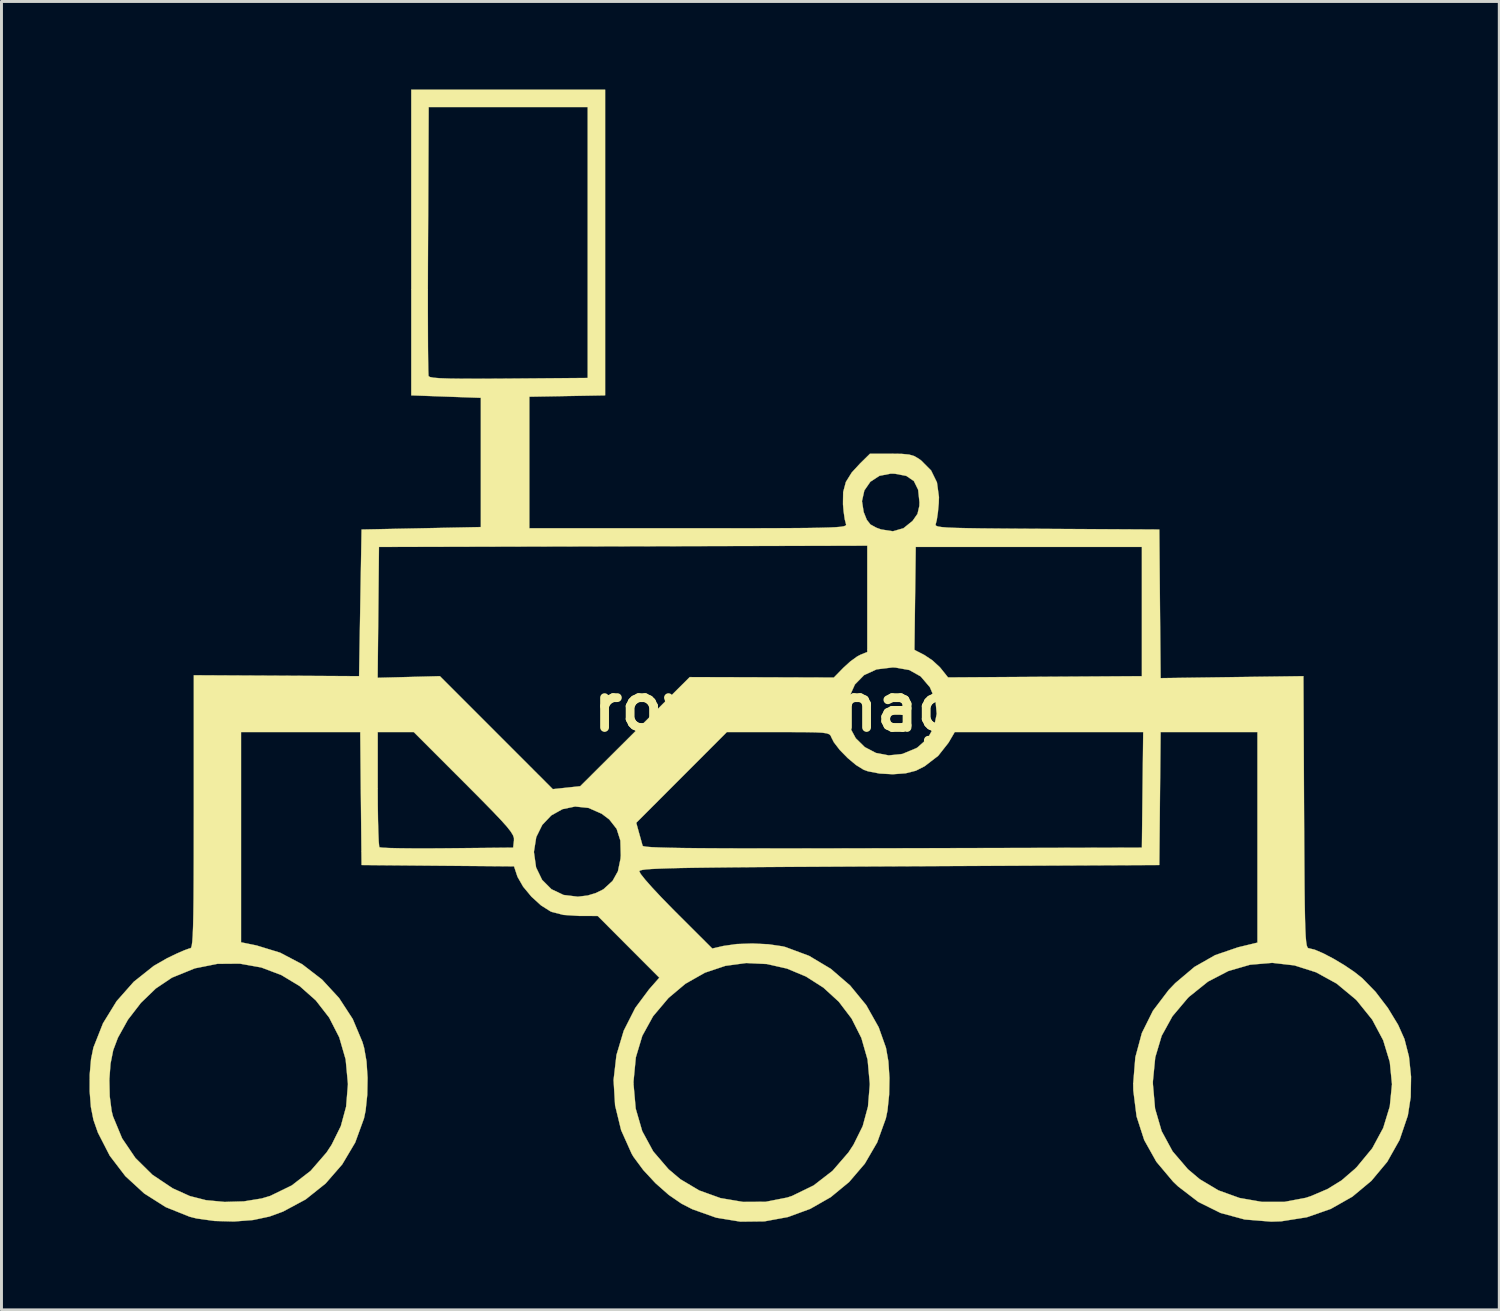
<source format=kicad_pcb>
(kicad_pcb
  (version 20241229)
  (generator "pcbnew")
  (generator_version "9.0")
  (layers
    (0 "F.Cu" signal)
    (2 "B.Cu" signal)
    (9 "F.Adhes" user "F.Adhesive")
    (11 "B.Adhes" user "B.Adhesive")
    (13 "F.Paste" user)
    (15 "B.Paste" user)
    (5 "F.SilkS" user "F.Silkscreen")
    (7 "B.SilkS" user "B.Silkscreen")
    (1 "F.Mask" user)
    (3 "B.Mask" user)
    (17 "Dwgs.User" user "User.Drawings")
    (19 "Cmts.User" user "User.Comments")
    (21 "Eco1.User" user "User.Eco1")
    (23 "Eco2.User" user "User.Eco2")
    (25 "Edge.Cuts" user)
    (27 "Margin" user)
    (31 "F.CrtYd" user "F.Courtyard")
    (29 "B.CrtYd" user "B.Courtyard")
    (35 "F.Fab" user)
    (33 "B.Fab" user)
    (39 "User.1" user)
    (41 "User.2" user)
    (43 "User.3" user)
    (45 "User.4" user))
  (footprint "rover image"
    (layer "F.Cu")
    (at 24.043 21.045)
    (property "Reference" "rover image" (at 0 0 0) (layer "F.SilkS") (effects (font (size 1.524 1.524) (thickness 0.3))))
    (attr through_hole)
    (fp_poly (pts (xy -6.477 -10.626) (xy -9.059 -10.579) (xy -9.059 -6.096) (xy -3.632 -6.096) (xy -2.539 -6.096) (xy -1.603 -6.097) (xy -0.813 -6.099) (xy -0.156 -6.102) (xy 0.379 -6.106) (xy 0.805 -6.113) (xy 1.134 -6.122) (xy 1.377 -6.133) (xy 1.546 -6.147) (xy 1.655 -6.165) (xy 1.713 -6.186) (xy 1.734 -6.211) (xy 1.73 -6.241) (xy 1.728 -6.244) (xy 1.687 -6.406) (xy 1.649 -6.672) (xy 1.628 -6.913) (xy 1.629 -7.022) (xy 2.274 -7.022) (xy 2.332 -6.65) (xy 2.439 -6.384) (xy 2.563 -6.226) (xy 2.764 -6.116) (xy 2.925 -6.057) (xy 3.326 -5.995) (xy 3.688 -6.098) (xy 4 -6.35) (xy 4.166 -6.588) (xy 4.229 -6.858) (xy 4.233 -6.982) (xy 4.188 -7.409) (xy 4.043 -7.705) (xy 3.784 -7.882) (xy 3.397 -7.955) (xy 3.257 -7.959) (xy 2.869 -7.884) (xy 2.56 -7.682) (xy 2.355 -7.385) (xy 2.274 -7.022) (xy 1.629 -7.022) (xy 1.634 -7.331) (xy 1.726 -7.675) (xy 1.927 -7.998) (xy 2.213 -8.308) (xy 2.547 -8.636) (xy 3.269 -8.636) (xy 3.634 -8.631) (xy 3.88 -8.608) (xy 4.057 -8.556) (xy 4.213 -8.464) (xy 4.287 -8.41) (xy 4.629 -8.067) (xy 4.829 -7.658) (xy 4.897 -7.16) (xy 4.89 -6.95) (xy 4.861 -6.639) (xy 4.823 -6.381) (xy 4.788 -6.245) (xy 4.781 -6.21) (xy 4.802 -6.181) (xy 4.866 -6.157) (xy 4.987 -6.138) (xy 5.178 -6.122) (xy 5.455 -6.11) (xy 5.83 -6.101) (xy 6.319 -6.093) (xy 6.936 -6.087) (xy 7.694 -6.081) (xy 8.564 -6.076) (xy 12.404 -6.054) (xy 12.426 -3.522) (xy 12.449 -0.991) (xy 14.881 -1.025) (xy 17.314 -1.058) (xy 17.336 3.577) (xy 17.341 4.584) (xy 17.347 5.434) (xy 17.352 6.142) (xy 17.359 6.719) (xy 17.368 7.179) (xy 17.378 7.534) (xy 17.391 7.799) (xy 17.407 7.986) (xy 17.426 8.107) (xy 17.449 8.177) (xy 17.476 8.207) (xy 17.499 8.213) (xy 17.698 8.26) (xy 17.992 8.386) (xy 18.341 8.569) (xy 18.707 8.787) (xy 19.049 9.018) (xy 19.315 9.228) (xy 19.767 9.691) (xy 20.189 10.243) (xy 20.541 10.822) (xy 20.756 11.303) (xy 20.91 11.904) (xy 20.981 12.588) (xy 20.969 13.284) (xy 20.872 13.91) (xy 20.59 14.742) (xy 20.17 15.488) (xy 19.629 16.136) (xy 18.982 16.675) (xy 18.245 17.093) (xy 17.433 17.376) (xy 16.562 17.514) (xy 16.218 17.526) (xy 15.315 17.453) (xy 14.491 17.23) (xy 13.737 16.856) (xy 13.045 16.326) (xy 12.876 16.165) (xy 12.305 15.487) (xy 11.891 14.748) (xy 11.63 13.941) (xy 11.519 13.058) (xy 11.515 12.827) (xy 12.185 12.827) (xy 12.26 13.675) (xy 12.484 14.443) (xy 12.857 15.131) (xy 13.379 15.74) (xy 13.783 16.081) (xy 14.42 16.461) (xy 15.139 16.72) (xy 15.9 16.853) (xy 16.665 16.853) (xy 17.394 16.715) (xy 17.577 16.654) (xy 18.142 16.412) (xy 18.612 16.122) (xy 19.059 15.737) (xy 19.135 15.663) (xy 19.659 15.028) (xy 20.033 14.334) (xy 20.257 13.6) (xy 20.332 12.844) (xy 20.257 12.087) (xy 20.032 11.347) (xy 19.658 10.644) (xy 19.135 9.995) (xy 19.09 9.95) (xy 18.447 9.416) (xy 17.747 9.031) (xy 17.009 8.796) (xy 16.253 8.709) (xy 15.497 8.773) (xy 14.76 8.986) (xy 14.062 9.349) (xy 13.422 9.862) (xy 13.377 9.906) (xy 12.853 10.527) (xy 12.485 11.195) (xy 12.266 11.928) (xy 12.186 12.746) (xy 12.185 12.827) (xy 11.515 12.827) (xy 11.588 11.926) (xy 11.81 11.101) (xy 12.187 10.342) (xy 12.722 9.636) (xy 12.95 9.398) (xy 13.603 8.847) (xy 14.307 8.446) (xy 15.094 8.177) (xy 15.134 8.168) (xy 15.748 8.02) (xy 15.748 0.847) (xy 12.449 0.847) (xy 12.426 3.111) (xy 12.404 5.376) (xy 3.557 5.419) (xy 2.126 5.426) (xy 0.856 5.433) (xy -0.264 5.439) (xy -1.242 5.446) (xy -2.088 5.453) (xy -2.811 5.461) (xy -3.42 5.469) (xy -3.925 5.478) (xy -4.334 5.488) (xy -4.658 5.5) (xy -4.905 5.512) (xy -5.084 5.526) (xy -5.205 5.542) (xy -5.277 5.56) (xy -5.309 5.579) (xy -5.313 5.588) (xy -5.263 5.684) (xy -5.108 5.879) (xy -4.865 6.154) (xy -4.551 6.489) (xy -4.182 6.867) (xy -4.082 6.968) (xy -2.826 8.221) (xy -2.45 8.134) (xy -1.997 8.069) (xy -1.459 8.05) (xy -0.912 8.076) (xy -0.435 8.146) (xy -0.339 8.169) (xy 0.471 8.47) (xy 1.213 8.913) (xy 1.87 9.48) (xy 2.42 10.151) (xy 2.844 10.905) (xy 3.092 11.603) (xy 3.174 12.068) (xy 3.21 12.625) (xy 3.199 13.206) (xy 3.143 13.742) (xy 3.088 14.008) (xy 2.793 14.826) (xy 2.371 15.551) (xy 1.837 16.175) (xy 1.211 16.691) (xy 0.51 17.091) (xy -0.249 17.369) (xy -1.047 17.516) (xy -1.868 17.526) (xy -2.693 17.391) (xy -3.504 17.103) (xy -3.871 16.915) (xy -4.307 16.616) (xy -4.76 16.216) (xy -5.177 15.767) (xy -5.507 15.322) (xy -5.57 15.217) (xy -5.931 14.411) (xy -6.137 13.566) (xy -6.181 12.827) (xy -5.51 12.827) (xy -5.435 13.675) (xy -5.212 14.443) (xy -4.839 15.131) (xy -4.316 15.74) (xy -3.913 16.081) (xy -3.27 16.464) (xy -2.546 16.724) (xy -1.779 16.854) (xy -1.008 16.85) (xy -0.272 16.705) (xy -0.107 16.65) (xy 0.628 16.292) (xy 1.272 15.794) (xy 1.814 15.168) (xy 1.986 14.905) (xy 2.299 14.272) (xy 2.479 13.608) (xy 2.54 12.864) (xy 2.54 12.821) (xy 2.466 12.008) (xy 2.254 11.268) (xy 1.921 10.607) (xy 1.485 10.034) (xy 0.961 9.554) (xy 0.367 9.175) (xy -0.281 8.904) (xy -0.966 8.749) (xy -1.671 8.715) (xy -2.38 8.811) (xy -3.076 9.044) (xy -3.741 9.421) (xy -4.318 9.906) (xy -4.842 10.527) (xy -5.21 11.195) (xy -5.43 11.928) (xy -5.509 12.746) (xy -5.51 12.827) (xy -6.181 12.827) (xy -6.189 12.704) (xy -6.09 11.849) (xy -5.842 11.02) (xy -5.448 10.242) (xy -4.978 9.611) (xy -4.63 9.215) (xy -5.679 8.164) (xy -6.728 7.112) (xy -7.365 7.11) (xy -7.894 7.076) (xy -8.29 6.975) (xy -8.34 6.954) (xy -8.662 6.75) (xy -8.989 6.452) (xy -9.27 6.113) (xy -9.457 5.786) (xy -9.478 5.73) (xy -9.58 5.421) (xy -12.177 5.399) (xy -14.774 5.376) (xy -14.779 4.942) (xy -8.902 4.942) (xy -8.829 5.457) (xy -8.624 5.881) (xy -8.306 6.2) (xy -7.894 6.396) (xy -7.407 6.455) (xy -7.07 6.415) (xy -6.793 6.33) (xy -6.553 6.213) (xy -6.525 6.194) (xy -6.223 5.917) (xy -6.041 5.591) (xy -5.953 5.169) (xy -5.943 5.048) (xy -5.957 4.542) (xy -6.084 4.144) (xy -6.246 3.937) (xy -5.416 3.937) (xy -5.323 4.276) (xy -5.256 4.515) (xy -5.207 4.693) (xy -5.199 4.721) (xy -5.164 4.738) (xy -5.061 4.754) (xy -4.884 4.768) (xy -4.624 4.779) (xy -4.272 4.789) (xy -3.82 4.797) (xy -3.26 4.803) (xy -2.583 4.807) (xy -1.781 4.81) (xy -0.846 4.811) (xy 0.23 4.811) (xy 1.457 4.809) (xy 2.841 4.806) (xy 3.321 4.805) (xy 11.811 4.784) (xy 11.856 0.847) (xy 5.435 0.847) (xy 5.219 1.214) (xy 4.871 1.655) (xy 4.407 2.012) (xy 4.109 2.163) (xy 3.762 2.251) (xy 3.327 2.283) (xy 2.875 2.259) (xy 2.477 2.182) (xy 2.328 2.128) (xy 2.07 1.968) (xy 1.786 1.73) (xy 1.519 1.457) (xy 1.317 1.195) (xy 1.232 1.028) (xy 1.207 0.968) (xy 1.162 0.922) (xy 1.075 0.89) (xy 0.923 0.868) (xy 0.685 0.855) (xy 0.338 0.849) (xy -0.141 0.847) (xy -0.578 0.847) (xy -2.33 0.847) (xy -5.416 3.937) (xy -6.246 3.937) (xy -6.336 3.823) (xy -6.593 3.629) (xy -7.045 3.43) (xy -7.5 3.383) (xy -7.93 3.473) (xy -8.312 3.687) (xy -8.618 4.009) (xy -8.823 4.424) (xy -8.902 4.919) (xy -8.902 4.942) (xy -14.779 4.942) (xy -14.797 3.111) (xy -14.819 0.847) (xy -14.224 0.847) (xy -14.224 2.78) (xy -14.222 3.336) (xy -14.215 3.834) (xy -14.204 4.251) (xy -14.191 4.56) (xy -14.175 4.738) (xy -14.166 4.771) (xy -14.069 4.785) (xy -13.826 4.797) (xy -13.459 4.805) (xy -12.99 4.81) (xy -12.444 4.81) (xy -11.859 4.806) (xy -9.61 4.784) (xy -9.582 4.537) (xy -9.583 4.455) (xy -9.616 4.36) (xy -9.691 4.237) (xy -9.821 4.071) (xy -10.02 3.849) (xy -10.299 3.555) (xy -10.671 3.175) (xy -11.149 2.694) (xy -11.274 2.569) (xy -12.995 0.847) (xy -14.224 0.847) (xy -14.819 0.847) (xy -18.881 0.847) (xy -18.881 8.009) (xy -18.352 8.117) (xy -17.548 8.363) (xy -16.798 8.757) (xy -16.123 9.277) (xy -15.542 9.906) (xy -15.075 10.623) (xy -14.744 11.41) (xy -14.688 11.603) (xy -14.606 12.068) (xy -14.57 12.625) (xy -14.581 13.206) (xy -14.637 13.742) (xy -14.692 14.008) (xy -14.991 14.83) (xy -15.433 15.575) (xy -16 16.227) (xy -16.678 16.768) (xy -17.45 17.183) (xy -17.913 17.352) (xy -18.473 17.471) (xy -19.119 17.521) (xy -19.783 17.503) (xy -20.398 17.417) (xy -20.632 17.358) (xy -21.445 17.032) (xy -22.181 16.565) (xy -22.823 15.975) (xy -23.355 15.278) (xy -23.757 14.494) (xy -23.909 14.06) (xy -23.996 13.622) (xy -24.038 13.087) (xy -24.037 12.694) (xy -23.368 12.694) (xy -23.355 13.253) (xy -23.29 13.754) (xy -23.244 13.939) (xy -22.933 14.688) (xy -22.48 15.357) (xy -21.901 15.929) (xy -21.211 16.39) (xy -20.625 16.655) (xy -20.075 16.795) (xy -19.441 16.855) (xy -18.787 16.836) (xy -18.178 16.737) (xy -17.887 16.65) (xy -17.152 16.292) (xy -16.508 15.794) (xy -15.966 15.168) (xy -15.794 14.905) (xy -15.481 14.272) (xy -15.301 13.608) (xy -15.24 12.864) (xy -15.24 12.821) (xy -15.317 11.998) (xy -15.535 11.246) (xy -15.88 10.572) (xy -16.334 9.988) (xy -16.882 9.502) (xy -17.507 9.125) (xy -18.193 8.866) (xy -18.924 8.736) (xy -19.683 8.742) (xy -20.454 8.896) (xy -21.222 9.208) (xy -21.245 9.22) (xy -21.784 9.582) (xy -22.291 10.071) (xy -22.734 10.645) (xy -23.076 11.26) (xy -23.236 11.684) (xy -23.328 12.147) (xy -23.368 12.694) (xy -24.037 12.694) (xy -24.037 12.521) (xy -23.991 11.99) (xy -23.91 11.594) (xy -23.584 10.769) (xy -23.12 10.015) (xy -22.537 9.355) (xy -21.855 8.813) (xy -21.399 8.551) (xy -21.084 8.399) (xy -20.818 8.283) (xy -20.643 8.219) (xy -20.607 8.213) (xy -20.581 8.191) (xy -20.559 8.116) (xy -20.541 7.978) (xy -20.526 7.762) (xy -20.514 7.458) (xy -20.505 7.053) (xy -20.498 6.534) (xy -20.494 5.89) (xy -20.491 5.107) (xy -20.49 4.175) (xy -20.489 3.562) (xy -20.489 -1.002) (xy -14.227 -1.002) (xy -12.106 -1.058) (xy -8.259 2.791) (xy -7.792 2.741) (xy -7.324 2.691) (xy -5.459 0.833) (xy -4.845 0.22) (xy 1.767 0.22) (xy 1.855 0.673) (xy 2.063 1.058) (xy 2.369 1.358) (xy 2.751 1.558) (xy 3.186 1.641) (xy 3.651 1.592) (xy 4.125 1.395) (xy 4.163 1.372) (xy 4.507 1.067) (xy 4.729 0.673) (xy 4.821 0.227) (xy 4.778 -0.235) (xy 4.59 -0.678) (xy 4.583 -0.688) (xy 4.275 -1.049) (xy 3.888 -1.267) (xy 3.406 -1.353) (xy 3.308 -1.355) (xy 2.774 -1.29) (xy 2.348 -1.096) (xy 2.034 -0.776) (xy 1.834 -0.331) (xy 1.822 -0.285) (xy 1.767 0.22) (xy -4.845 0.22) (xy -3.594 -1.026) (xy -1.139 -1.019) (xy 1.316 -1.011) (xy 1.644 -1.347) (xy 1.876 -1.558) (xy 2.108 -1.727) (xy 2.213 -1.783) (xy 2.455 -1.883) (xy 2.455 -1.953) (xy 4.061 -1.953) (xy 4.397 -1.781) (xy 4.675 -1.596) (xy 4.931 -1.359) (xy 4.97 -1.312) (xy 5.207 -1.015) (xy 11.811 -1.058) (xy 11.811 -5.461) (xy 4.106 -5.461) (xy 4.083 -3.707) (xy 4.061 -1.953) (xy 2.455 -1.953) (xy 2.455 -5.504) (xy -14.182 -5.461) (xy -14.227 -1.002) (xy -20.489 -1.002) (xy -20.489 -1.089) (xy -17.674 -1.074) (xy -14.859 -1.058) (xy -14.817 -3.556) (xy -14.774 -6.054) (xy -12.742 -6.096) (xy -10.71 -6.138) (xy -10.71 -10.541) (xy -11.896 -10.583) (xy -13.081 -10.626) (xy -13.081 -13.496) (xy -12.516 -13.496) (xy -12.514 -12.831) (xy -12.512 -12.264) (xy -12.507 -11.811) (xy -12.502 -11.487) (xy -12.495 -11.309) (xy -12.491 -11.281) (xy -12.444 -11.25) (xy -12.32 -11.226) (xy -12.105 -11.209) (xy -11.782 -11.197) (xy -11.339 -11.191) (xy -10.761 -11.19) (xy -10.032 -11.194) (xy -9.76 -11.196) (xy -7.07 -11.218) (xy -7.07 -20.447) (xy -12.488 -20.447) (xy -12.51 -15.917) (xy -12.514 -15.055) (xy -12.516 -14.243) (xy -12.516 -13.496) (xy -13.081 -13.496) (xy -13.081 -21.04) (xy -6.477 -21.04) (xy -6.477 -10.626)) (stroke (width 0.01) (type solid)) (fill yes) (layer "F.SilkS")))
  (gr_rect
    (start -3 -3)
    (end 48.03 41.576)
    (stroke (width 0.1) (type default))
    (fill no)
    (layer "Edge.Cuts")))
</source>
